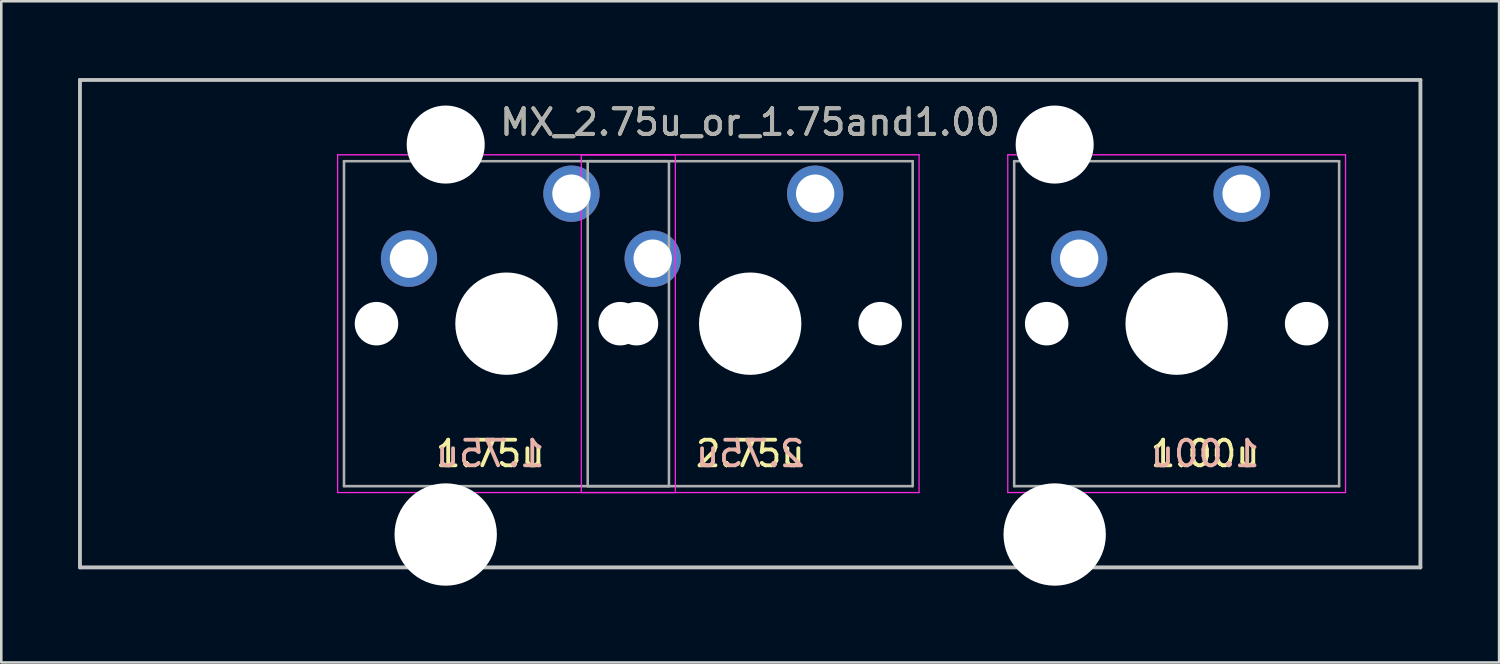
<source format=kicad_pcb>
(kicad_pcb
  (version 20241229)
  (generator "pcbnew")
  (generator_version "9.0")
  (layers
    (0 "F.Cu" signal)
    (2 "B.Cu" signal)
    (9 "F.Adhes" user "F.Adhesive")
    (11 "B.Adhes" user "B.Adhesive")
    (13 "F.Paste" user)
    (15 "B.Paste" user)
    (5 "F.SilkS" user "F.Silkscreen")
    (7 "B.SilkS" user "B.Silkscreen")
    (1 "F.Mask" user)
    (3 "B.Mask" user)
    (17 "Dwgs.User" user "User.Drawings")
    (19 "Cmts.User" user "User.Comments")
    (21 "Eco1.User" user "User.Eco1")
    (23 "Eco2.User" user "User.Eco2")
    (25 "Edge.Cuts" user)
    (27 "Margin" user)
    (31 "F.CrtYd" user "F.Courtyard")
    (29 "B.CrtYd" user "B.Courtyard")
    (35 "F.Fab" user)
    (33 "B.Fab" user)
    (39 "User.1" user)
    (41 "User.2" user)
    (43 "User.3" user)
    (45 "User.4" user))
  (footprint "MX_2.75u_or_1.75and1.00"
    (layer "F.Cu")
    (at 26.269 9.6)
    (property "Reference" "MX_2.75u_or_1.75and1.00" (at 0 -7.874 0) (layer "F.SilkS") (effects (font (size 1 1) (thickness 0.15))))
    (attr through_hole)
    (fp_line (start -26.194 -9.525) (end 26.194 -9.525) (stroke (width 0.15) (type solid)) (layer "Dwgs.User"))
    (fp_line (start -26.194 9.525) (end -26.194 -9.525) (stroke (width 0.15) (type solid)) (layer "Dwgs.User"))
    (fp_line (start 26.194 -9.525) (end 26.194 9.525) (stroke (width 0.15) (type solid)) (layer "Dwgs.User"))
    (fp_line (start 26.194 9.525) (end -26.194 9.525) (stroke (width 0.15) (type solid)) (layer "Dwgs.User"))
    (fp_line (start -16.125 -6.6) (end -2.925 -6.6) (stroke (width 0.05) (type solid)) (layer "F.CrtYd"))
    (fp_line (start -16.125 6.6) (end -16.125 -6.6) (stroke (width 0.05) (type solid)) (layer "F.CrtYd"))
    (fp_line (start -6.6 -6.6) (end 6.6 -6.6) (stroke (width 0.05) (type solid)) (layer "F.CrtYd"))
    (fp_line (start -6.6 6.6) (end -6.6 -6.6) (stroke (width 0.05) (type solid)) (layer "F.CrtYd"))
    (fp_line (start -2.925 -6.6) (end -2.925 6.6) (stroke (width 0.05) (type solid)) (layer "F.CrtYd"))
    (fp_line (start -2.925 6.6) (end -16.125 6.6) (stroke (width 0.05) (type solid)) (layer "F.CrtYd"))
    (fp_line (start 6.6 -6.6) (end 6.6 6.6) (stroke (width 0.05) (type solid)) (layer "F.CrtYd"))
    (fp_line (start 6.6 6.6) (end -6.6 6.6) (stroke (width 0.05) (type solid)) (layer "F.CrtYd"))
    (fp_line (start 10.067 -6.6) (end 23.267 -6.6) (stroke (width 0.05) (type solid)) (layer "F.CrtYd"))
    (fp_line (start 10.067 6.6) (end 10.067 -6.6) (stroke (width 0.05) (type solid)) (layer "F.CrtYd"))
    (fp_line (start 23.267 -6.6) (end 23.267 6.6) (stroke (width 0.05) (type solid)) (layer "F.CrtYd"))
    (fp_line (start 23.267 6.6) (end 10.067 6.6) (stroke (width 0.05) (type solid)) (layer "F.CrtYd"))
    (fp_line (start -15.875 -6.35) (end -3.175 -6.35) (stroke (width 0.1) (type solid)) (layer "F.Fab"))
    (fp_line (start -15.875 6.35) (end -15.875 -6.35) (stroke (width 0.1) (type solid)) (layer "F.Fab"))
    (fp_line (start -6.35 -6.35) (end 6.35 -6.35) (stroke (width 0.1) (type solid)) (layer "F.Fab"))
    (fp_line (start -6.35 6.35) (end -6.35 -6.35) (stroke (width 0.1) (type solid)) (layer "F.Fab"))
    (fp_line (start -3.175 -6.35) (end -3.175 6.35) (stroke (width 0.1) (type solid)) (layer "F.Fab"))
    (fp_line (start -3.175 6.35) (end -15.875 6.35) (stroke (width 0.1) (type solid)) (layer "F.Fab"))
    (fp_line (start 6.35 -6.35) (end 6.35 6.35) (stroke (width 0.1) (type solid)) (layer "F.Fab"))
    (fp_line (start 6.35 6.35) (end -6.35 6.35) (stroke (width 0.1) (type solid)) (layer "F.Fab"))
    (fp_line (start 10.317 -6.35) (end 23.017 -6.35) (stroke (width 0.1) (type solid)) (layer "F.Fab"))
    (fp_line (start 10.317 6.35) (end 10.317 -6.35) (stroke (width 0.1) (type solid)) (layer "F.Fab"))
    (fp_line (start 23.017 -6.35) (end 23.017 6.35) (stroke (width 0.1) (type solid)) (layer "F.Fab"))
    (fp_line (start 23.017 6.35) (end 10.317 6.35) (stroke (width 0.1) (type solid)) (layer "F.Fab"))
    (fp_text user "1.75u" (at -10.16 5.08 0) (layer "F.SilkS") (effects (font (size 1 1) (thickness 0.15))))
    (fp_text user "1.00u" (at 17.78 5.08 0) (layer "F.SilkS") (effects (font (size 1 1) (thickness 0.15))))
    (fp_text user "2.75u" (at 0 5.08 0) (layer "F.SilkS") (effects (font (size 1 1) (thickness 0.15))))
    (fp_text user "1.00u" (at 17.78 5.08 0) (layer "B.SilkS") (effects (font (size 1 1) (thickness 0.15)) (justify mirror)))
    (fp_text user "1.75u" (at -10.16 5.08 0) (layer "B.SilkS") (effects (font (size 1 1) (thickness 0.15)) (justify mirror)))
    (fp_text user "2.75u" (at 0 5.08 0) (layer "B.SilkS") (effects (font (size 1 1) (thickness 0.15)) (justify mirror)))
    (fp_text user "${REFERENCE}" (at 0 -7.874 0) (layer "F.Fab") (effects (font (size 1 1) (thickness 0.15))))
    (pad "" np_thru_hole circle (at -14.605 0) (size 1.7 1.7) (drill 1.7) (layers "*.Cu" "*.Mask"))
    (pad "" np_thru_hole circle (at -11.9 -7) (size 3.05 3.05) (drill 3.05) (layers "*.Cu" "*.Mask"))
    (pad "" np_thru_hole circle (at -11.9 8.24) (size 4 4) (drill 4) (layers "*.Cu" "*.Mask"))
    (pad "" np_thru_hole circle (at -9.525 0) (size 4 4) (drill 4) (layers "*.Cu" "*.Mask"))
    (pad "" np_thru_hole circle (at -5.08 0) (size 1.7 1.7) (drill 1.7) (layers "*.Cu" "*.Mask"))
    (pad "" np_thru_hole circle (at -4.445 0) (size 1.7 1.7) (drill 1.7) (layers "*.Cu" "*.Mask"))
    (pad "" np_thru_hole circle (at 0 0) (size 4 4) (drill 4) (layers "*.Cu" "*.Mask"))
    (pad "" np_thru_hole circle (at 5.08 0) (size 1.7 1.7) (drill 1.7) (layers "*.Cu" "*.Mask"))
    (pad "" np_thru_hole circle (at 11.587 0) (size 1.7 1.7) (drill 1.7) (layers "*.Cu" "*.Mask"))
    (pad "" np_thru_hole circle (at 11.9 -7) (size 3.05 3.05) (drill 3.05) (layers "*.Cu" "*.Mask"))
    (pad "" np_thru_hole circle (at 11.9 8.24) (size 4 4) (drill 4) (layers "*.Cu" "*.Mask"))
    (pad "" np_thru_hole circle (at 16.667 0) (size 4 4) (drill 4) (layers "*.Cu" "*.Mask"))
    (pad "" np_thru_hole circle (at 21.747 0) (size 1.7 1.7) (drill 1.7) (layers "*.Cu" "*.Mask"))
    (pad "1" thru_hole circle (at -6.985 -5.08) (size 2.2 2.2) (drill 1.5) (layers "*.Cu" "*.Mask"))
    (pad "1" thru_hole circle (at 2.54 -5.08) (size 2.2 2.2) (drill 1.5) (layers "*.Cu" "*.Mask"))
    (pad "2" thru_hole circle (at -13.335 -2.54) (size 2.2 2.2) (drill 1.5) (layers "*.Cu" "*.Mask"))
    (pad "2" thru_hole circle (at -3.81 -2.54) (size 2.2 2.2) (drill 1.5) (layers "*.Cu" "*.Mask"))
    (pad "3" thru_hole circle (at 19.207 -5.08) (size 2.2 2.2) (drill 1.5) (layers "*.Cu" "*.Mask"))
    (pad "4" thru_hole circle (at 12.857 -2.54) (size 2.2 2.2) (drill 1.5) (layers "*.Cu" "*.Mask")))
  (gr_rect
    (start -3 -3)
    (end 55.538 22.84)
    (stroke (width 0.1) (type default))
    (fill no)
    (layer "Edge.Cuts")))
</source>
